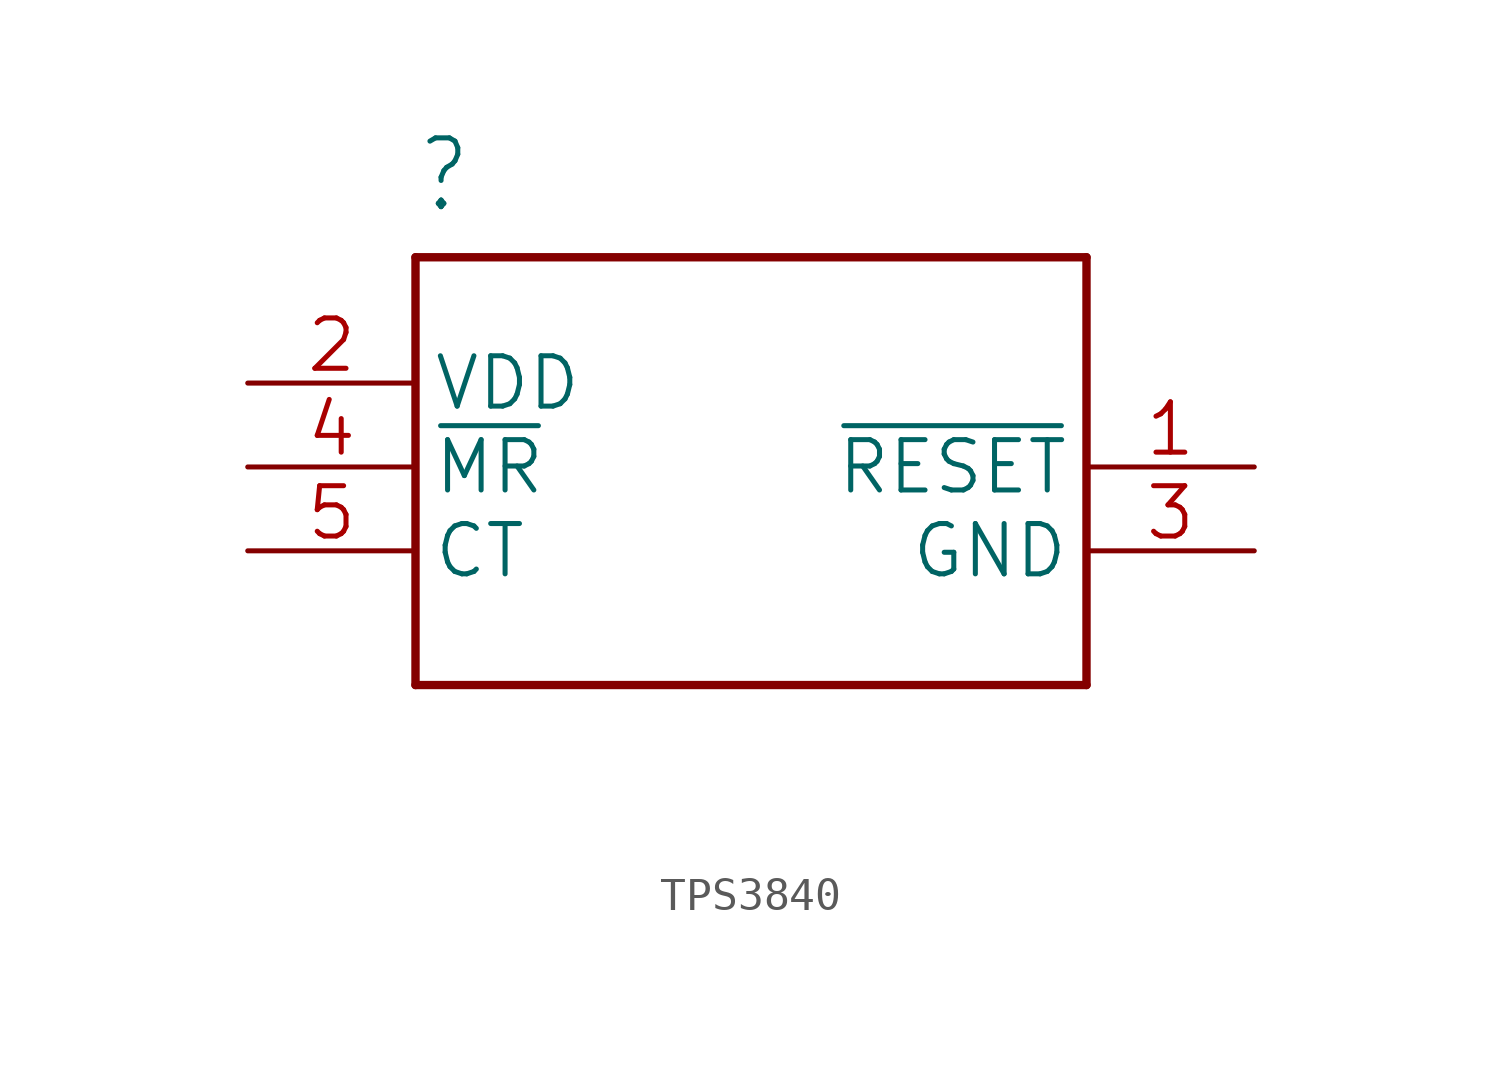
<source format=kicad_sym>
(kicad_symbol_lib
  (version 20241209)
  (generator "kicad_symbol_editor")
  (generator_version "9.0")
  (symbol "TPS3840"
    (property "Reference" ""
      (at -10.16 7.62 0)
      (effects (font (size 2.083 1.77)) (justify left bottom)))
    (property "Value" ""
      (at -10.16 -10.16 0)
      (effects (font (size 2.083 1.77)) (justify left bottom)))
    (property "ki_locked" ""
      (at 0 0 0)
      (effects (font (size 1.27 1.27))))
    (symbol "TPS3840_1_0"
      (polyline (pts (xy -10.16 6.35) (xy 10.16 6.35)) (stroke (width 0.254) (type solid)) (fill (type none)))
      (polyline (pts (xy -10.16 -6.604) (xy -10.16 6.35)) (stroke (width 0.254) (type solid)) (fill (type none)))
      (polyline (pts (xy 10.16 6.35) (xy 10.16 -6.604)) (stroke (width 0.254) (type solid)) (fill (type none)))
      (polyline (pts (xy 10.16 -6.604) (xy -10.16 -6.604)) (stroke (width 0.254) (type solid)) (fill (type none)))
      (pin power_in line (at -15.24 2.54 0) (length 5.08) (name "VDD" (effects (font (size 1.524 1.524)))) (number "2" (effects (font (size 1.524 1.524)))))
      (pin input line (at -15.24 0 0) (length 5.08) (name "~{MR}" (effects (font (size 1.524 1.524)))) (number "4" (effects (font (size 1.524 1.524)))))
      (pin bidirectional line (at -15.24 -2.54 0) (length 5.08) (name "CT" (effects (font (size 1.524 1.524)))) (number "5" (effects (font (size 1.524 1.524)))))
      (pin output line (at 15.24 0 180) (length 5.08) (name "~{RESET}" (effects (font (size 1.524 1.524)))) (number "1" (effects (font (size 1.524 1.524)))))
      (pin power_in line (at 15.24 -2.54 180) (length 5.08) (name "GND" (effects (font (size 1.524 1.524)))) (number "3" (effects (font (size 1.524 1.524))))))))
</source>
